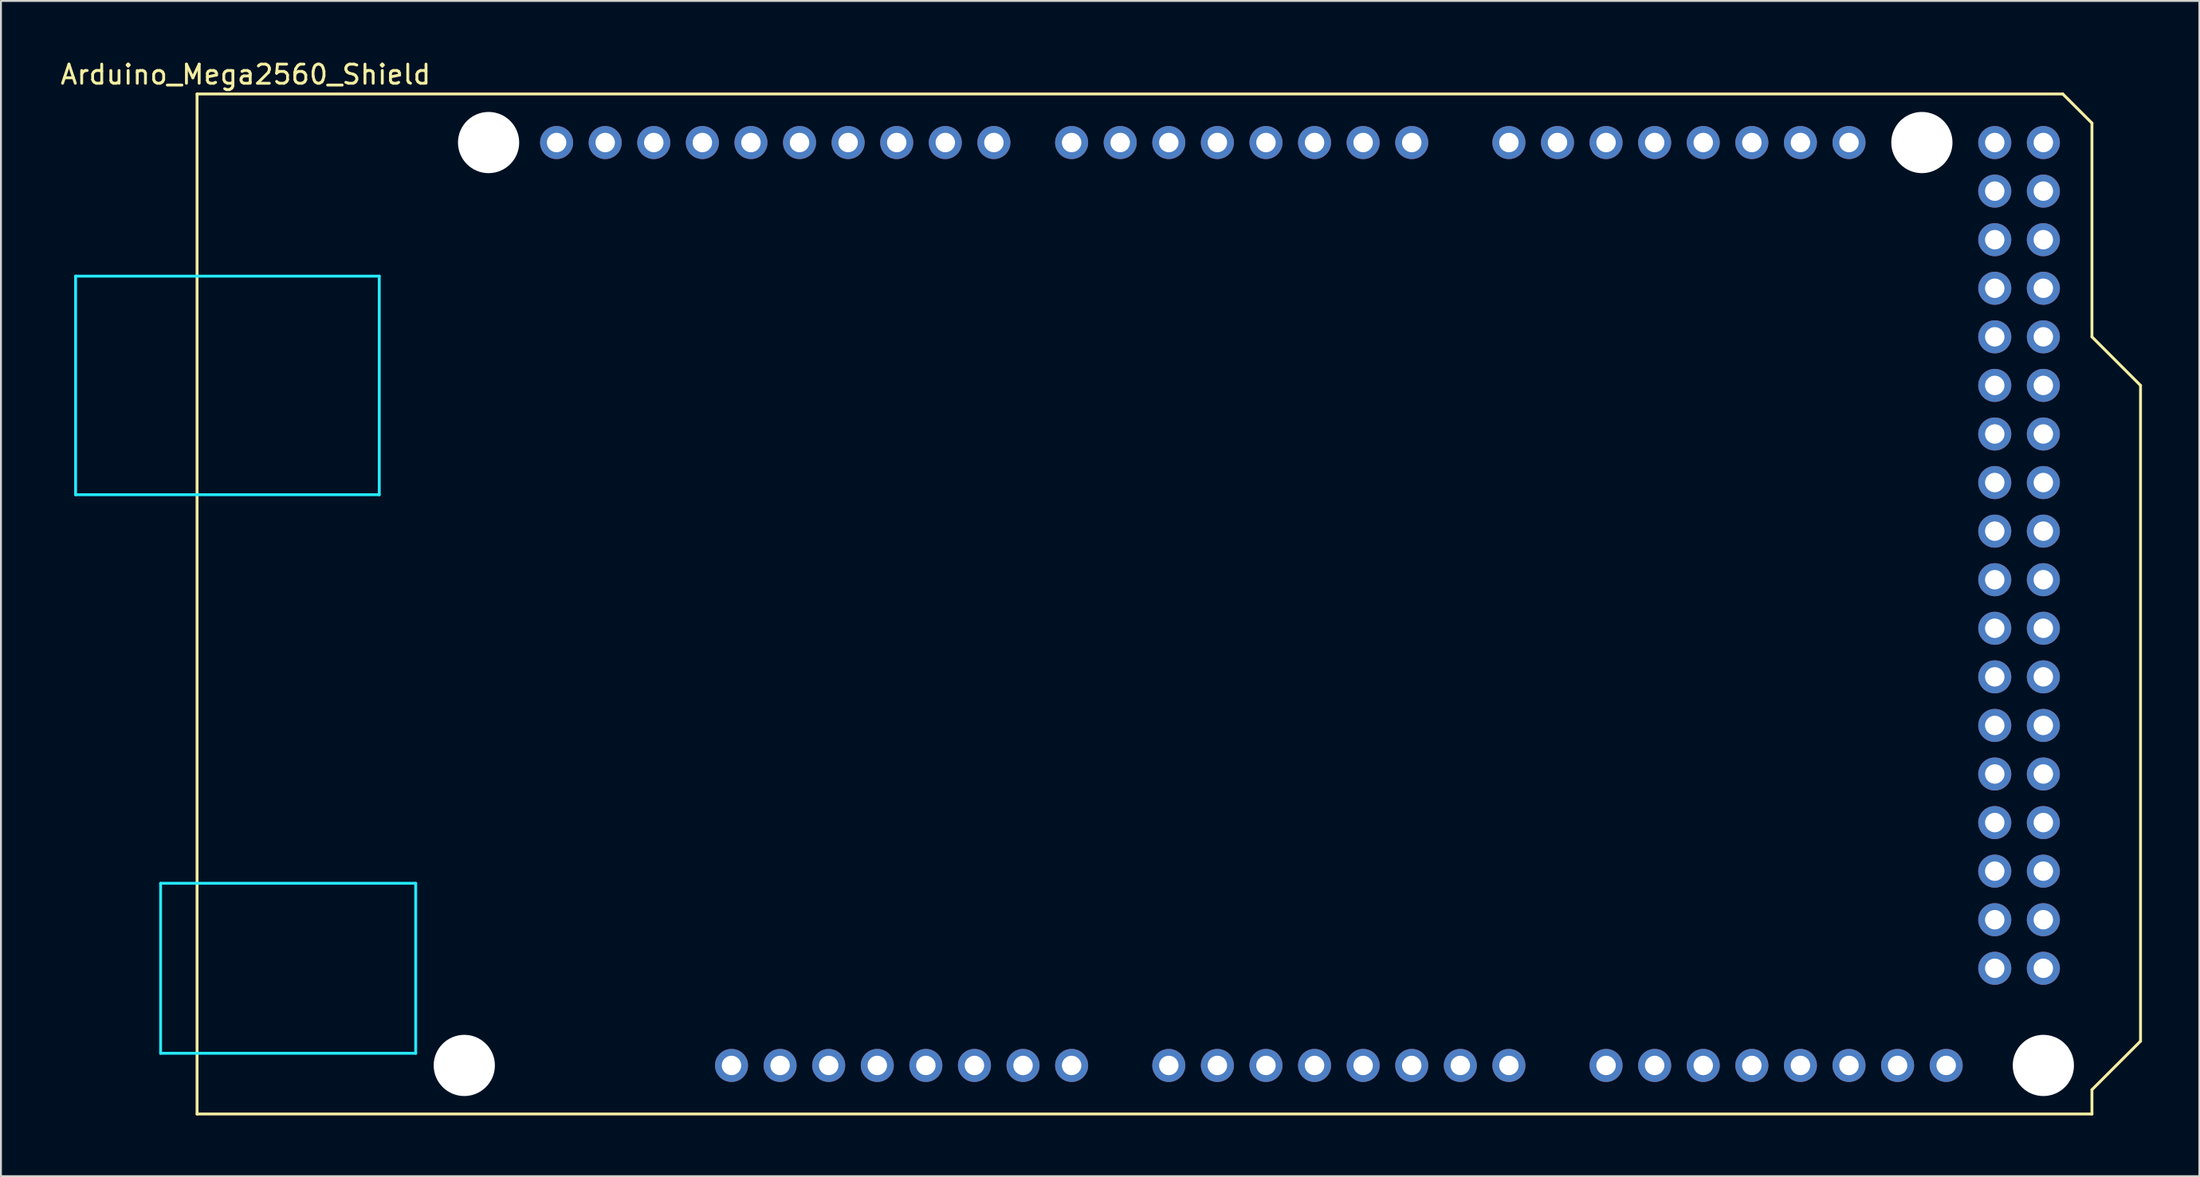
<source format=kicad_pcb>
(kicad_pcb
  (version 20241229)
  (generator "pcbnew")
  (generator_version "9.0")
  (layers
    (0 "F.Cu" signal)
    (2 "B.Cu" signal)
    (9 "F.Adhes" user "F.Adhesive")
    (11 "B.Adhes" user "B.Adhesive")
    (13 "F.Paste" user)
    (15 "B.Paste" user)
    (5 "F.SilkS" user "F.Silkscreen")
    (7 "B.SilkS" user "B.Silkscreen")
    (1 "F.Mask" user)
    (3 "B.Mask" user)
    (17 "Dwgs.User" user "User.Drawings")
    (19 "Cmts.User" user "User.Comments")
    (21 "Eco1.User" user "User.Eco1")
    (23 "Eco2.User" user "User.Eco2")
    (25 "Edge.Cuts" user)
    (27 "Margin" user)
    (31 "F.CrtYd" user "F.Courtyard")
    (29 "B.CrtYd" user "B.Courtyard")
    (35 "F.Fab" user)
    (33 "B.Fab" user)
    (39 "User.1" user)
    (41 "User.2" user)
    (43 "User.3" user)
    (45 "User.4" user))
  (footprint "Arduino_Mega2560_Shield"
    (layer "F.Cu")
    (at 7.252 55.204)
    (property "Reference" "Arduino_Mega2560_Shield" (at 2.54 -54.356 0) (layer "F.SilkS") (effects (font (size 1 1) (thickness 0.15))))
    (attr through_hole)
    (fp_line (start 0 -53.34) (end 0 0) (stroke (width 0.15) (type solid)) (layer "F.SilkS"))
    (fp_line (start 0 -53.34) (end 97.536 -53.34) (stroke (width 0.15) (type solid)) (layer "F.SilkS"))
    (fp_line (start 0 0) (end 99.06 0) (stroke (width 0.15) (type solid)) (layer "F.SilkS"))
    (fp_line (start 97.536 -53.34) (end 99.06 -51.816) (stroke (width 0.15) (type solid)) (layer "F.SilkS"))
    (fp_line (start 99.06 -40.64) (end 99.06 -51.816) (stroke (width 0.15) (type solid)) (layer "F.SilkS"))
    (fp_line (start 99.06 -1.27) (end 101.6 -3.81) (stroke (width 0.15) (type solid)) (layer "F.SilkS"))
    (fp_line (start 99.06 0) (end 99.06 -1.27) (stroke (width 0.15) (type solid)) (layer "F.SilkS"))
    (fp_line (start 101.6 -38.1) (end 99.06 -40.64) (stroke (width 0.15) (type solid)) (layer "F.SilkS"))
    (fp_line (start 101.6 -3.81) (end 101.6 -38.1) (stroke (width 0.15) (type solid)) (layer "F.SilkS"))
    (fp_line (start -6.35 -43.815) (end -6.35 -32.385) (stroke (width 0.15) (type solid)) (layer "B.CrtYd"))
    (fp_line (start -1.905 -12.065) (end -1.905 -3.175) (stroke (width 0.15) (type solid)) (layer "B.CrtYd"))
    (fp_line (start -1.905 -12.065) (end 11.43 -12.065) (stroke (width 0.15) (type solid)) (layer "B.CrtYd"))
    (fp_line (start -1.905 -3.175) (end 11.43 -3.175) (stroke (width 0.15) (type solid)) (layer "B.CrtYd"))
    (fp_line (start 9.525 -43.815) (end -6.35 -43.815) (stroke (width 0.15) (type solid)) (layer "B.CrtYd"))
    (fp_line (start 9.525 -43.815) (end 9.525 -32.385) (stroke (width 0.15) (type solid)) (layer "B.CrtYd"))
    (fp_line (start 9.525 -32.385) (end -6.35 -32.385) (stroke (width 0.15) (type solid)) (layer "B.CrtYd"))
    (fp_line (start 11.43 -12.065) (end 11.43 -3.175) (stroke (width 0.15) (type solid)) (layer "B.CrtYd"))
    (pad "" np_thru_hole circle (at 13.97 -2.54) (size 3.2 3.2) (drill 3.2) (layers "*.Cu" "*.Mask"))
    (pad "" np_thru_hole circle (at 15.24 -50.8) (size 3.2 3.2) (drill 3.2) (layers "*.Cu" "*.Mask"))
    (pad "" thru_hole oval (at 27.94 -2.54) (size 1.727 1.727) (drill 1.016) (layers "*.Cu" "*.Mask"))
    (pad "" np_thru_hole circle (at 90.17 -50.8) (size 3.2 3.2) (drill 3.2) (layers "*.Cu" "*.Mask"))
    (pad "" np_thru_hole circle (at 96.52 -2.54) (size 3.2 3.2) (drill 3.2) (layers "*.Cu" "*.Mask"))
    (pad "3V3" thru_hole oval (at 35.56 -2.54) (size 1.727 1.727) (drill 1.016) (layers "*.Cu" "*.Mask"))
    (pad "5V1" thru_hole oval (at 38.1 -2.54) (size 1.727 1.727) (drill 1.016) (layers "*.Cu" "*.Mask"))
    (pad "5V3" thru_hole oval (at 93.98 -50.8) (size 1.727 1.727) (drill 1.016) (layers "*.Cu" "*.Mask"))
    (pad "5V4" thru_hole oval (at 96.52 -50.8) (size 1.727 1.727) (drill 1.016) (layers "*.Cu" "*.Mask"))
    (pad "A0" thru_hole oval (at 50.8 -2.54) (size 1.727 1.727) (drill 1.016) (layers "*.Cu" "*.Mask"))
    (pad "A1" thru_hole oval (at 53.34 -2.54) (size 1.727 1.727) (drill 1.016) (layers "*.Cu" "*.Mask"))
    (pad "A2" thru_hole oval (at 55.88 -2.54) (size 1.727 1.727) (drill 1.016) (layers "*.Cu" "*.Mask"))
    (pad "A3" thru_hole oval (at 58.42 -2.54) (size 1.727 1.727) (drill 1.016) (layers "*.Cu" "*.Mask"))
    (pad "A4" thru_hole oval (at 60.96 -2.54) (size 1.727 1.727) (drill 1.016) (layers "*.Cu" "*.Mask"))
    (pad "A5" thru_hole oval (at 63.5 -2.54) (size 1.727 1.727) (drill 1.016) (layers "*.Cu" "*.Mask"))
    (pad "A6" thru_hole oval (at 66.04 -2.54) (size 1.727 1.727) (drill 1.016) (layers "*.Cu" "*.Mask"))
    (pad "A7" thru_hole oval (at 68.58 -2.54) (size 1.727 1.727) (drill 1.016) (layers "*.Cu" "*.Mask"))
    (pad "A8" thru_hole oval (at 73.66 -2.54) (size 1.727 1.727) (drill 1.016) (layers "*.Cu" "*.Mask"))
    (pad "A9" thru_hole oval (at 76.2 -2.54) (size 1.727 1.727) (drill 1.016) (layers "*.Cu" "*.Mask"))
    (pad "A10" thru_hole oval (at 78.74 -2.54) (size 1.727 1.727) (drill 1.016) (layers "*.Cu" "*.Mask"))
    (pad "A11" thru_hole oval (at 81.28 -2.54) (size 1.727 1.727) (drill 1.016) (layers "*.Cu" "*.Mask"))
    (pad "A12" thru_hole oval (at 83.82 -2.54) (size 1.727 1.727) (drill 1.016) (layers "*.Cu" "*.Mask"))
    (pad "A13" thru_hole oval (at 86.36 -2.54) (size 1.727 1.727) (drill 1.016) (layers "*.Cu" "*.Mask"))
    (pad "A14" thru_hole oval (at 88.9 -2.54) (size 1.727 1.727) (drill 1.016) (layers "*.Cu" "*.Mask"))
    (pad "A15" thru_hole oval (at 91.44 -2.54) (size 1.727 1.727) (drill 1.016) (layers "*.Cu" "*.Mask"))
    (pad "AREF" thru_hole oval (at 23.876 -50.8) (size 1.727 1.727) (drill 1.016) (layers "*.Cu" "*.Mask"))
    (pad "D0" thru_hole oval (at 63.5 -50.8) (size 1.727 1.727) (drill 1.016) (layers "*.Cu" "*.Mask"))
    (pad "D1" thru_hole oval (at 60.96 -50.8) (size 1.727 1.727) (drill 1.016) (layers "*.Cu" "*.Mask"))
    (pad "D2" thru_hole oval (at 58.42 -50.8) (size 1.727 1.727) (drill 1.016) (layers "*.Cu" "*.Mask"))
    (pad "D3" thru_hole oval (at 55.88 -50.8) (size 1.727 1.727) (drill 1.016) (layers "*.Cu" "*.Mask"))
    (pad "D4" thru_hole oval (at 53.34 -50.8) (size 1.727 1.727) (drill 1.016) (layers "*.Cu" "*.Mask"))
    (pad "D5" thru_hole oval (at 50.8 -50.8) (size 1.727 1.727) (drill 1.016) (layers "*.Cu" "*.Mask"))
    (pad "D6" thru_hole oval (at 48.26 -50.8) (size 1.727 1.727) (drill 1.016) (layers "*.Cu" "*.Mask"))
    (pad "D7" thru_hole oval (at 45.72 -50.8) (size 1.727 1.727) (drill 1.016) (layers "*.Cu" "*.Mask"))
    (pad "D8" thru_hole oval (at 41.656 -50.8) (size 1.727 1.727) (drill 1.016) (layers "*.Cu" "*.Mask"))
    (pad "D9" thru_hole oval (at 39.116 -50.8) (size 1.727 1.727) (drill 1.016) (layers "*.Cu" "*.Mask"))
    (pad "D10" thru_hole oval (at 36.576 -50.8) (size 1.727 1.727) (drill 1.016) (layers "*.Cu" "*.Mask"))
    (pad "D11" thru_hole oval (at 34.036 -50.8) (size 1.727 1.727) (drill 1.016) (layers "*.Cu" "*.Mask"))
    (pad "D12" thru_hole oval (at 31.496 -50.8) (size 1.727 1.727) (drill 1.016) (layers "*.Cu" "*.Mask"))
    (pad "D13" thru_hole oval (at 28.956 -50.8) (size 1.727 1.727) (drill 1.016) (layers "*.Cu" "*.Mask"))
    (pad "D14" thru_hole oval (at 68.58 -50.8) (size 1.727 1.727) (drill 1.016) (layers "*.Cu" "*.Mask"))
    (pad "D15" thru_hole oval (at 71.12 -50.8) (size 1.727 1.727) (drill 1.016) (layers "*.Cu" "*.Mask"))
    (pad "D16" thru_hole oval (at 73.66 -50.8) (size 1.727 1.727) (drill 1.016) (layers "*.Cu" "*.Mask"))
    (pad "D17" thru_hole oval (at 76.2 -50.8) (size 1.727 1.727) (drill 1.016) (layers "*.Cu" "*.Mask"))
    (pad "D18" thru_hole oval (at 78.74 -50.8) (size 1.727 1.727) (drill 1.016) (layers "*.Cu" "*.Mask"))
    (pad "D19" thru_hole oval (at 81.28 -50.8) (size 1.727 1.727) (drill 1.016) (layers "*.Cu" "*.Mask"))
    (pad "D20" thru_hole oval (at 83.82 -50.8) (size 1.727 1.727) (drill 1.016) (layers "*.Cu" "*.Mask"))
    (pad "D21" thru_hole oval (at 86.36 -50.8) (size 1.727 1.727) (drill 1.016) (layers "*.Cu" "*.Mask"))
    (pad "D22" thru_hole oval (at 93.98 -48.26) (size 1.727 1.727) (drill 1.016) (layers "*.Cu" "*.Mask"))
    (pad "D23" thru_hole oval (at 96.52 -48.26) (size 1.727 1.727) (drill 1.016) (layers "*.Cu" "*.Mask"))
    (pad "D24" thru_hole oval (at 93.98 -45.72) (size 1.727 1.727) (drill 1.016) (layers "*.Cu" "*.Mask"))
    (pad "D25" thru_hole oval (at 96.52 -45.72) (size 1.727 1.727) (drill 1.016) (layers "*.Cu" "*.Mask"))
    (pad "D26" thru_hole oval (at 93.98 -43.18) (size 1.727 1.727) (drill 1.016) (layers "*.Cu" "*.Mask"))
    (pad "D27" thru_hole oval (at 96.52 -43.18) (size 1.727 1.727) (drill 1.016) (layers "*.Cu" "*.Mask"))
    (pad "D28" thru_hole oval (at 93.98 -40.64) (size 1.727 1.727) (drill 1.016) (layers "*.Cu" "*.Mask"))
    (pad "D29" thru_hole oval (at 96.52 -40.64) (size 1.727 1.727) (drill 1.016) (layers "*.Cu" "*.Mask"))
    (pad "D30" thru_hole oval (at 93.98 -38.1) (size 1.727 1.727) (drill 1.016) (layers "*.Cu" "*.Mask"))
    (pad "D31" thru_hole oval (at 96.52 -38.1) (size 1.727 1.727) (drill 1.016) (layers "*.Cu" "*.Mask"))
    (pad "D32" thru_hole oval (at 93.98 -35.56) (size 1.727 1.727) (drill 1.016) (layers "*.Cu" "*.Mask"))
    (pad "D33" thru_hole oval (at 96.52 -35.56) (size 1.727 1.727) (drill 1.016) (layers "*.Cu" "*.Mask"))
    (pad "D34" thru_hole oval (at 93.98 -33.02) (size 1.727 1.727) (drill 1.016) (layers "*.Cu" "*.Mask"))
    (pad "D35" thru_hole oval (at 96.52 -33.02) (size 1.727 1.727) (drill 1.016) (layers "*.Cu" "*.Mask"))
    (pad "D36" thru_hole oval (at 93.98 -30.48) (size 1.727 1.727) (drill 1.016) (layers "*.Cu" "*.Mask"))
    (pad "D37" thru_hole oval (at 96.52 -30.48) (size 1.727 1.727) (drill 1.016) (layers "*.Cu" "*.Mask"))
    (pad "D38" thru_hole oval (at 93.98 -27.94) (size 1.727 1.727) (drill 1.016) (layers "*.Cu" "*.Mask"))
    (pad "D39" thru_hole oval (at 96.52 -27.94) (size 1.727 1.727) (drill 1.016) (layers "*.Cu" "*.Mask"))
    (pad "D40" thru_hole oval (at 93.98 -25.4) (size 1.727 1.727) (drill 1.016) (layers "*.Cu" "*.Mask"))
    (pad "D41" thru_hole oval (at 96.52 -25.4) (size 1.727 1.727) (drill 1.016) (layers "*.Cu" "*.Mask"))
    (pad "D42" thru_hole oval (at 93.98 -22.86) (size 1.727 1.727) (drill 1.016) (layers "*.Cu" "*.Mask"))
    (pad "D43" thru_hole oval (at 96.52 -22.86) (size 1.727 1.727) (drill 1.016) (layers "*.Cu" "*.Mask"))
    (pad "D44" thru_hole oval (at 93.98 -20.32) (size 1.727 1.727) (drill 1.016) (layers "*.Cu" "*.Mask"))
    (pad "D45" thru_hole oval (at 96.52 -20.32) (size 1.727 1.727) (drill 1.016) (layers "*.Cu" "*.Mask"))
    (pad "D46" thru_hole oval (at 93.98 -17.78) (size 1.727 1.727) (drill 1.016) (layers "*.Cu" "*.Mask"))
    (pad "D47" thru_hole oval (at 96.52 -17.78) (size 1.727 1.727) (drill 1.016) (layers "*.Cu" "*.Mask"))
    (pad "D48" thru_hole oval (at 93.98 -15.24) (size 1.727 1.727) (drill 1.016) (layers "*.Cu" "*.Mask"))
    (pad "D49" thru_hole oval (at 96.52 -15.24) (size 1.727 1.727) (drill 1.016) (layers "*.Cu" "*.Mask"))
    (pad "D50" thru_hole oval (at 93.98 -12.7) (size 1.727 1.727) (drill 1.016) (layers "*.Cu" "*.Mask"))
    (pad "D51" thru_hole oval (at 96.52 -12.7) (size 1.727 1.727) (drill 1.016) (layers "*.Cu" "*.Mask"))
    (pad "D52" thru_hole oval (at 93.98 -10.16) (size 1.727 1.727) (drill 1.016) (layers "*.Cu" "*.Mask"))
    (pad "D53" thru_hole oval (at 96.52 -10.16) (size 1.727 1.727) (drill 1.016) (layers "*.Cu" "*.Mask"))
    (pad "GND1" thru_hole oval (at 26.416 -50.8) (size 1.727 1.727) (drill 1.016) (layers "*.Cu" "*.Mask"))
    (pad "GND2" thru_hole oval (at 40.64 -2.54) (size 1.727 1.727) (drill 1.016) (layers "*.Cu" "*.Mask"))
    (pad "GND3" thru_hole oval (at 43.18 -2.54) (size 1.727 1.727) (drill 1.016) (layers "*.Cu" "*.Mask"))
    (pad "GND5" thru_hole oval (at 93.98 -7.62) (size 1.727 1.727) (drill 1.016) (layers "*.Cu" "*.Mask"))
    (pad "GND6" thru_hole oval (at 96.52 -7.62) (size 1.727 1.727) (drill 1.016) (layers "*.Cu" "*.Mask"))
    (pad "IORF" thru_hole oval (at 30.48 -2.54) (size 1.727 1.727) (drill 1.016) (layers "*.Cu" "*.Mask"))
    (pad "RST1" thru_hole oval (at 33.02 -2.54) (size 1.727 1.727) (drill 1.016) (layers "*.Cu" "*.Mask"))
    (pad "SCL" thru_hole oval (at 18.796 -50.8) (size 1.727 1.727) (drill 1.016) (layers "*.Cu" "*.Mask"))
    (pad "SDA" thru_hole oval (at 21.336 -50.8) (size 1.727 1.727) (drill 1.016) (layers "*.Cu" "*.Mask"))
    (pad "VIN" thru_hole oval (at 45.72 -2.54) (size 1.727 1.727) (drill 1.016) (layers "*.Cu" "*.Mask")))
  (gr_rect
    (start -3 -3)
    (end 111.927 58.454)
    (stroke (width 0.1) (type default))
    (fill no)
    (layer "Edge.Cuts")))
</source>
